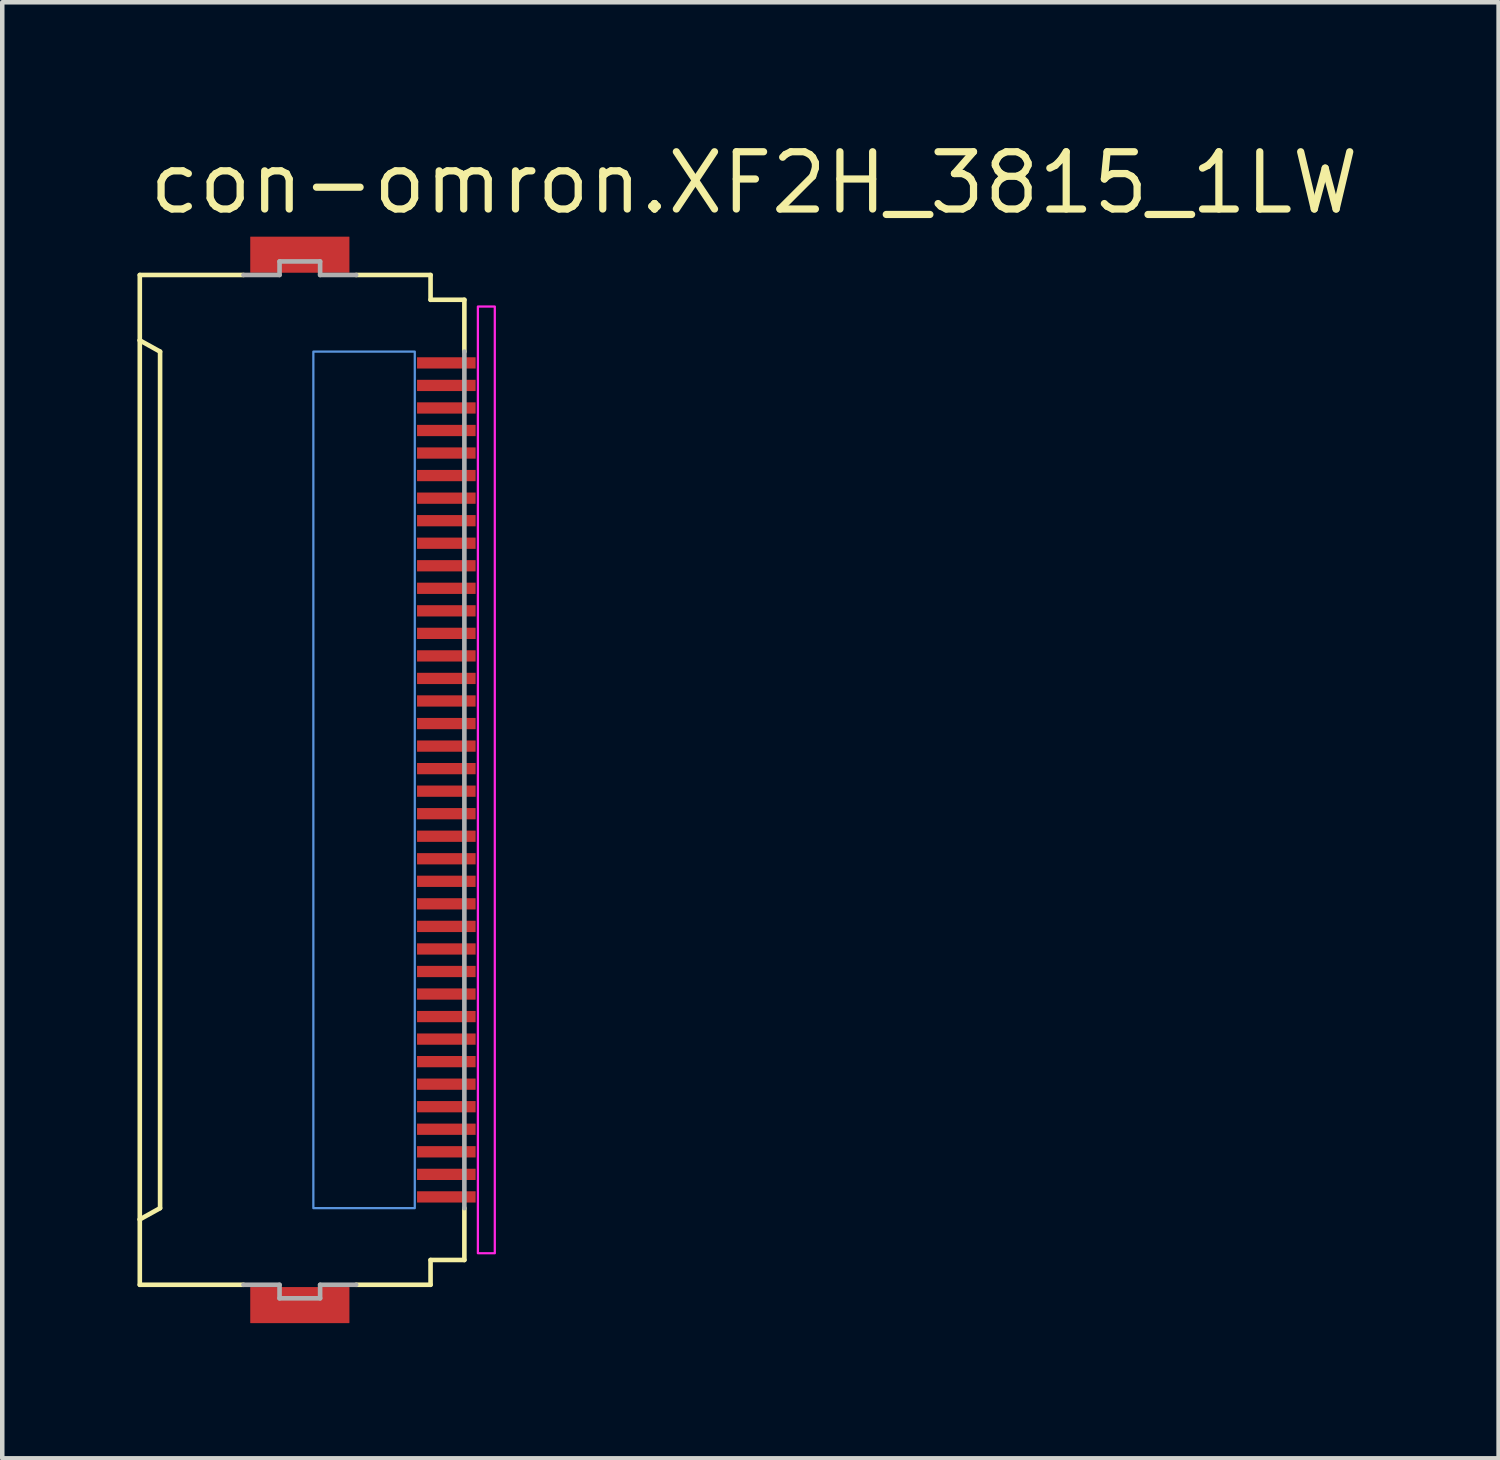
<source format=kicad_pcb>
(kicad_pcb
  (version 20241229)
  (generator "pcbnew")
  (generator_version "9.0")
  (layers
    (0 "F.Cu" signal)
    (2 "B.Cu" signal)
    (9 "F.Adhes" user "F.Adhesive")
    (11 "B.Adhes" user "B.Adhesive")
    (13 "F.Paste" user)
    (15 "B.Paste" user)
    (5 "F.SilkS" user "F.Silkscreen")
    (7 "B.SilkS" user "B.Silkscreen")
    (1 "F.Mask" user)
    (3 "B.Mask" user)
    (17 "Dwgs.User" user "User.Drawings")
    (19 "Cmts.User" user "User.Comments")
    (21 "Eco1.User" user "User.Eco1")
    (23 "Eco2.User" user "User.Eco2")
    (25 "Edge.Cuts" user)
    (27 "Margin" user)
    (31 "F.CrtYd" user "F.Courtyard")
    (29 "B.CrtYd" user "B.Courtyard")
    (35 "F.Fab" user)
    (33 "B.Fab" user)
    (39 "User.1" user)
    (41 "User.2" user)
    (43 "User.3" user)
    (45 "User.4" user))
  (footprint "con-omron.XF2H_3815_1LW"
    (layer "F.Cu")
    (at 3.676 14.25)
    (property "Reference" "con-omron.XF2H_3815_1LW" (at -3.5 -12.5 0) (layer "F.SilkS") (effects (font (size 1.27 1.27) (thickness 0.16)) (justify left bottom)))
    (attr smd)
    (fp_rect (start 2.475 -9.075) (end 3.875 -9.425) (stroke (width 0.05) (type default)) (fill yes) (layer "F.Mask"))
    (fp_rect (start 2.475 -8.575) (end 3.875 -8.925) (stroke (width 0.05) (type default)) (fill yes) (layer "F.Mask"))
    (fp_rect (start 2.475 -8.075) (end 3.875 -8.425) (stroke (width 0.05) (type default)) (fill yes) (layer "F.Mask"))
    (fp_rect (start 2.475 -7.575) (end 3.875 -7.925) (stroke (width 0.05) (type default)) (fill yes) (layer "F.Mask"))
    (fp_rect (start 2.475 -7.075) (end 3.875 -7.425) (stroke (width 0.05) (type default)) (fill yes) (layer "F.Mask"))
    (fp_rect (start 2.475 -6.575) (end 3.875 -6.925) (stroke (width 0.05) (type default)) (fill yes) (layer "F.Mask"))
    (fp_rect (start 2.475 -6.075) (end 3.875 -6.425) (stroke (width 0.05) (type default)) (fill yes) (layer "F.Mask"))
    (fp_rect (start 2.475 -5.575) (end 3.875 -5.925) (stroke (width 0.05) (type default)) (fill yes) (layer "F.Mask"))
    (fp_rect (start 2.475 -5.075) (end 3.875 -5.425) (stroke (width 0.05) (type default)) (fill yes) (layer "F.Mask"))
    (fp_rect (start 2.475 -4.575) (end 3.875 -4.925) (stroke (width 0.05) (type default)) (fill yes) (layer "F.Mask"))
    (fp_rect (start 2.475 -4.075) (end 3.875 -4.425) (stroke (width 0.05) (type default)) (fill yes) (layer "F.Mask"))
    (fp_rect (start 2.475 -3.575) (end 3.875 -3.925) (stroke (width 0.05) (type default)) (fill yes) (layer "F.Mask"))
    (fp_rect (start 2.475 -3.075) (end 3.875 -3.425) (stroke (width 0.05) (type default)) (fill yes) (layer "F.Mask"))
    (fp_rect (start 2.475 -2.575) (end 3.875 -2.925) (stroke (width 0.05) (type default)) (fill yes) (layer "F.Mask"))
    (fp_rect (start 2.475 -2.075) (end 3.875 -2.425) (stroke (width 0.05) (type default)) (fill yes) (layer "F.Mask"))
    (fp_rect (start 2.475 -1.575) (end 3.875 -1.925) (stroke (width 0.05) (type default)) (fill yes) (layer "F.Mask"))
    (fp_rect (start 2.475 -1.075) (end 3.875 -1.425) (stroke (width 0.05) (type default)) (fill yes) (layer "F.Mask"))
    (fp_rect (start 2.475 -0.575) (end 3.875 -0.925) (stroke (width 0.05) (type default)) (fill yes) (layer "F.Mask"))
    (fp_rect (start 2.475 -0.075) (end 3.875 -0.425) (stroke (width 0.05) (type default)) (fill yes) (layer "F.Mask"))
    (fp_rect (start 2.475 0.425) (end 3.875 0.075) (stroke (width 0.05) (type default)) (fill yes) (layer "F.Mask"))
    (fp_rect (start 2.475 0.925) (end 3.875 0.575) (stroke (width 0.05) (type default)) (fill yes) (layer "F.Mask"))
    (fp_rect (start 2.475 1.425) (end 3.875 1.075) (stroke (width 0.05) (type default)) (fill yes) (layer "F.Mask"))
    (fp_rect (start 2.475 1.925) (end 3.875 1.575) (stroke (width 0.05) (type default)) (fill yes) (layer "F.Mask"))
    (fp_rect (start 2.475 2.425) (end 3.875 2.075) (stroke (width 0.05) (type default)) (fill yes) (layer "F.Mask"))
    (fp_rect (start 2.475 2.925) (end 3.875 2.575) (stroke (width 0.05) (type default)) (fill yes) (layer "F.Mask"))
    (fp_rect (start 2.475 3.425) (end 3.875 3.075) (stroke (width 0.05) (type default)) (fill yes) (layer "F.Mask"))
    (fp_rect (start 2.475 3.925) (end 3.875 3.575) (stroke (width 0.05) (type default)) (fill yes) (layer "F.Mask"))
    (fp_rect (start 2.475 4.425) (end 3.875 4.075) (stroke (width 0.05) (type default)) (fill yes) (layer "F.Mask"))
    (fp_rect (start 2.475 4.925) (end 3.875 4.575) (stroke (width 0.05) (type default)) (fill yes) (layer "F.Mask"))
    (fp_rect (start 2.475 5.425) (end 3.875 5.075) (stroke (width 0.05) (type default)) (fill yes) (layer "F.Mask"))
    (fp_rect (start 2.475 5.925) (end 3.875 5.575) (stroke (width 0.05) (type default)) (fill yes) (layer "F.Mask"))
    (fp_rect (start 2.475 6.425) (end 3.875 6.075) (stroke (width 0.05) (type default)) (fill yes) (layer "F.Mask"))
    (fp_rect (start 2.475 6.925) (end 3.875 6.575) (stroke (width 0.05) (type default)) (fill yes) (layer "F.Mask"))
    (fp_rect (start 2.475 7.425) (end 3.875 7.075) (stroke (width 0.05) (type default)) (fill yes) (layer "F.Mask"))
    (fp_rect (start 2.475 7.925) (end 3.875 7.575) (stroke (width 0.05) (type default)) (fill yes) (layer "F.Mask"))
    (fp_rect (start 2.475 8.425) (end 3.875 8.075) (stroke (width 0.05) (type default)) (fill yes) (layer "F.Mask"))
    (fp_rect (start 2.475 8.925) (end 3.875 8.575) (stroke (width 0.05) (type default)) (fill yes) (layer "F.Mask"))
    (fp_rect (start 2.475 9.425) (end 3.875 9.075) (stroke (width 0.05) (type default)) (fill yes) (layer "F.Mask"))
    (fp_line (start -3.625 -11.2) (end -1.325 -11.2) (stroke (width 0.102) (type default)) (layer "F.SilkS"))
    (fp_line (start -3.625 -9.75) (end -3.625 -11.2) (stroke (width 0.102) (type default)) (layer "F.SilkS"))
    (fp_line (start -3.625 -9.75) (end -3.625 9.75) (stroke (width 0.102) (type default)) (layer "F.SilkS"))
    (fp_line (start -3.625 9.75) (end -3.175 9.5) (stroke (width 0.102) (type default)) (layer "F.SilkS"))
    (fp_line (start -3.625 11.2) (end -3.625 9.75) (stroke (width 0.102) (type default)) (layer "F.SilkS"))
    (fp_line (start -3.175 -9.5) (end -3.625 -9.75) (stroke (width 0.102) (type default)) (layer "F.SilkS"))
    (fp_line (start -3.175 9.5) (end -3.175 -9.5) (stroke (width 0.102) (type default)) (layer "F.SilkS"))
    (fp_line (start -1.325 11.2) (end -3.625 11.2) (stroke (width 0.102) (type default)) (layer "F.SilkS"))
    (fp_line (start 1.175 -11.2) (end 2.825 -11.2) (stroke (width 0.102) (type default)) (layer "F.SilkS"))
    (fp_line (start 1.175 11.2) (end 2.825 11.2) (stroke (width 0.102) (type default)) (layer "F.SilkS"))
    (fp_line (start 2.825 -11.2) (end 2.825 -10.65) (stroke (width 0.102) (type default)) (layer "F.SilkS"))
    (fp_line (start 2.825 -10.65) (end 3.575 -10.65) (stroke (width 0.102) (type default)) (layer "F.SilkS"))
    (fp_line (start 2.825 10.65) (end 2.825 11.2) (stroke (width 0.102) (type default)) (layer "F.SilkS"))
    (fp_line (start 2.825 10.65) (end 3.575 10.65) (stroke (width 0.102) (type default)) (layer "F.SilkS"))
    (fp_line (start 3.575 -10.65) (end 3.575 -9.5) (stroke (width 0.102) (type default)) (layer "F.SilkS"))
    (fp_line (start 3.575 9.5) (end 3.575 10.65) (stroke (width 0.102) (type default)) (layer "F.SilkS"))
    (fp_rect (start 0.225 9.5) (end 2.475 -9.5) (stroke (width 0.05) (type default)) (fill no) (layer "Cmts.User"))
    (fp_rect (start 3.875 10.5) (end 4.25 -10.5) (stroke (width 0.05) (type default)) (fill no) (layer "F.CrtYd"))
    (fp_line (start -1.325 -11.2) (end -0.525 -11.2) (stroke (width 0.102) (type default)) (layer "F.Fab"))
    (fp_line (start -0.525 -11.5) (end 0.375 -11.5) (stroke (width 0.102) (type default)) (layer "F.Fab"))
    (fp_line (start -0.525 -11.2) (end -0.525 -11.5) (stroke (width 0.102) (type default)) (layer "F.Fab"))
    (fp_line (start -0.525 11.2) (end -1.325 11.2) (stroke (width 0.102) (type default)) (layer "F.Fab"))
    (fp_line (start -0.525 11.5) (end -0.525 11.2) (stroke (width 0.102) (type default)) (layer "F.Fab"))
    (fp_line (start 0.375 -11.5) (end 0.375 -11.2) (stroke (width 0.102) (type default)) (layer "F.Fab"))
    (fp_line (start 0.375 -11.2) (end 1.175 -11.2) (stroke (width 0.102) (type default)) (layer "F.Fab"))
    (fp_line (start 0.375 11.2) (end 0.375 11.5) (stroke (width 0.102) (type default)) (layer "F.Fab"))
    (fp_line (start 0.375 11.5) (end -0.525 11.5) (stroke (width 0.102) (type default)) (layer "F.Fab"))
    (fp_line (start 1.175 11.2) (end 0.375 11.2) (stroke (width 0.102) (type default)) (layer "F.Fab"))
    (fp_line (start 3.575 -9.5) (end 3.575 9.5) (stroke (width 0.102) (type default)) (layer "F.Fab"))
    (pad "1" smd roundrect (at 3.175 -9.25) (size 1.3 0.25) (layers "F.Cu" "F.Mask" "F.Paste") (roundrect_rratio 0.01))
    (pad "2" smd roundrect (at 3.175 -8.75) (size 1.3 0.25) (layers "F.Cu" "F.Mask" "F.Paste") (roundrect_rratio 0.01))
    (pad "3" smd roundrect (at 3.175 -8.25) (size 1.3 0.25) (layers "F.Cu" "F.Mask" "F.Paste") (roundrect_rratio 0.01))
    (pad "4" smd roundrect (at 3.175 -7.75) (size 1.3 0.25) (layers "F.Cu" "F.Mask" "F.Paste") (roundrect_rratio 0.01))
    (pad "5" smd roundrect (at 3.175 -7.25) (size 1.3 0.25) (layers "F.Cu" "F.Mask" "F.Paste") (roundrect_rratio 0.01))
    (pad "6" smd roundrect (at 3.175 -6.75) (size 1.3 0.25) (layers "F.Cu" "F.Mask" "F.Paste") (roundrect_rratio 0.01))
    (pad "7" smd roundrect (at 3.175 -6.25) (size 1.3 0.25) (layers "F.Cu" "F.Mask" "F.Paste") (roundrect_rratio 0.01))
    (pad "8" smd roundrect (at 3.175 -5.75) (size 1.3 0.25) (layers "F.Cu" "F.Mask" "F.Paste") (roundrect_rratio 0.01))
    (pad "9" smd roundrect (at 3.175 -5.25) (size 1.3 0.25) (layers "F.Cu" "F.Mask" "F.Paste") (roundrect_rratio 0.01))
    (pad "10" smd roundrect (at 3.175 -4.75) (size 1.3 0.25) (layers "F.Cu" "F.Mask" "F.Paste") (roundrect_rratio 0.01))
    (pad "11" smd roundrect (at 3.175 -4.25) (size 1.3 0.25) (layers "F.Cu" "F.Mask" "F.Paste") (roundrect_rratio 0.01))
    (pad "12" smd roundrect (at 3.175 -3.75) (size 1.3 0.25) (layers "F.Cu" "F.Mask" "F.Paste") (roundrect_rratio 0.01))
    (pad "13" smd roundrect (at 3.175 -3.25) (size 1.3 0.25) (layers "F.Cu" "F.Mask" "F.Paste") (roundrect_rratio 0.01))
    (pad "14" smd roundrect (at 3.175 -2.75) (size 1.3 0.25) (layers "F.Cu" "F.Mask" "F.Paste") (roundrect_rratio 0.01))
    (pad "15" smd roundrect (at 3.175 -2.25) (size 1.3 0.25) (layers "F.Cu" "F.Mask" "F.Paste") (roundrect_rratio 0.01))
    (pad "16" smd roundrect (at 3.175 -1.75) (size 1.3 0.25) (layers "F.Cu" "F.Mask" "F.Paste") (roundrect_rratio 0.01))
    (pad "17" smd roundrect (at 3.175 -1.25) (size 1.3 0.25) (layers "F.Cu" "F.Mask" "F.Paste") (roundrect_rratio 0.01))
    (pad "18" smd roundrect (at 3.175 -0.75) (size 1.3 0.25) (layers "F.Cu" "F.Mask" "F.Paste") (roundrect_rratio 0.01))
    (pad "19" smd roundrect (at 3.175 -0.25) (size 1.3 0.25) (layers "F.Cu" "F.Mask" "F.Paste") (roundrect_rratio 0.01))
    (pad "20" smd roundrect (at 3.175 0.25) (size 1.3 0.25) (layers "F.Cu" "F.Mask" "F.Paste") (roundrect_rratio 0.01))
    (pad "21" smd roundrect (at 3.175 0.75) (size 1.3 0.25) (layers "F.Cu" "F.Mask" "F.Paste") (roundrect_rratio 0.01))
    (pad "22" smd roundrect (at 3.175 1.25) (size 1.3 0.25) (layers "F.Cu" "F.Mask" "F.Paste") (roundrect_rratio 0.01))
    (pad "23" smd roundrect (at 3.175 1.75) (size 1.3 0.25) (layers "F.Cu" "F.Mask" "F.Paste") (roundrect_rratio 0.01))
    (pad "24" smd roundrect (at 3.175 2.25) (size 1.3 0.25) (layers "F.Cu" "F.Mask" "F.Paste") (roundrect_rratio 0.01))
    (pad "25" smd roundrect (at 3.175 2.75) (size 1.3 0.25) (layers "F.Cu" "F.Mask" "F.Paste") (roundrect_rratio 0.01))
    (pad "26" smd roundrect (at 3.175 3.25) (size 1.3 0.25) (layers "F.Cu" "F.Mask" "F.Paste") (roundrect_rratio 0.01))
    (pad "27" smd roundrect (at 3.175 3.75) (size 1.3 0.25) (layers "F.Cu" "F.Mask" "F.Paste") (roundrect_rratio 0.01))
    (pad "28" smd roundrect (at 3.175 4.25) (size 1.3 0.25) (layers "F.Cu" "F.Mask" "F.Paste") (roundrect_rratio 0.01))
    (pad "29" smd roundrect (at 3.175 4.75) (size 1.3 0.25) (layers "F.Cu" "F.Mask" "F.Paste") (roundrect_rratio 0.01))
    (pad "30" smd roundrect (at 3.175 5.25) (size 1.3 0.25) (layers "F.Cu" "F.Mask" "F.Paste") (roundrect_rratio 0.01))
    (pad "31" smd roundrect (at 3.175 5.75) (size 1.3 0.25) (layers "F.Cu" "F.Mask" "F.Paste") (roundrect_rratio 0.01))
    (pad "32" smd roundrect (at 3.175 6.25) (size 1.3 0.25) (layers "F.Cu" "F.Mask" "F.Paste") (roundrect_rratio 0.01))
    (pad "33" smd roundrect (at 3.175 6.75) (size 1.3 0.25) (layers "F.Cu" "F.Mask" "F.Paste") (roundrect_rratio 0.01))
    (pad "34" smd roundrect (at 3.175 7.25) (size 1.3 0.25) (layers "F.Cu" "F.Mask" "F.Paste") (roundrect_rratio 0.01))
    (pad "35" smd roundrect (at 3.175 7.75) (size 1.3 0.25) (layers "F.Cu" "F.Mask" "F.Paste") (roundrect_rratio 0.01))
    (pad "36" smd roundrect (at 3.175 8.25) (size 1.3 0.25) (layers "F.Cu" "F.Mask" "F.Paste") (roundrect_rratio 0.01))
    (pad "37" smd roundrect (at 3.175 8.75) (size 1.3 0.25) (layers "F.Cu" "F.Mask" "F.Paste") (roundrect_rratio 0.01))
    (pad "38" smd roundrect (at 3.175 9.25) (size 1.3 0.25) (layers "F.Cu" "F.Mask" "F.Paste") (roundrect_rratio 0.01))
    (pad "M1" smd roundrect (at -0.075 -11.65) (size 2.2 0.8) (layers "F.Cu" "F.Mask" "F.Paste") (roundrect_rratio 0.01))
    (pad "M2" smd roundrect (at -0.075 11.65) (size 2.2 0.8) (layers "F.Cu" "F.Mask" "F.Paste") (roundrect_rratio 0.01)))
  (gr_rect
    (start -3 -3)
    (end 30.193 29.3)
    (stroke (width 0.1) (type default))
    (fill no)
    (layer "Edge.Cuts")))
</source>
